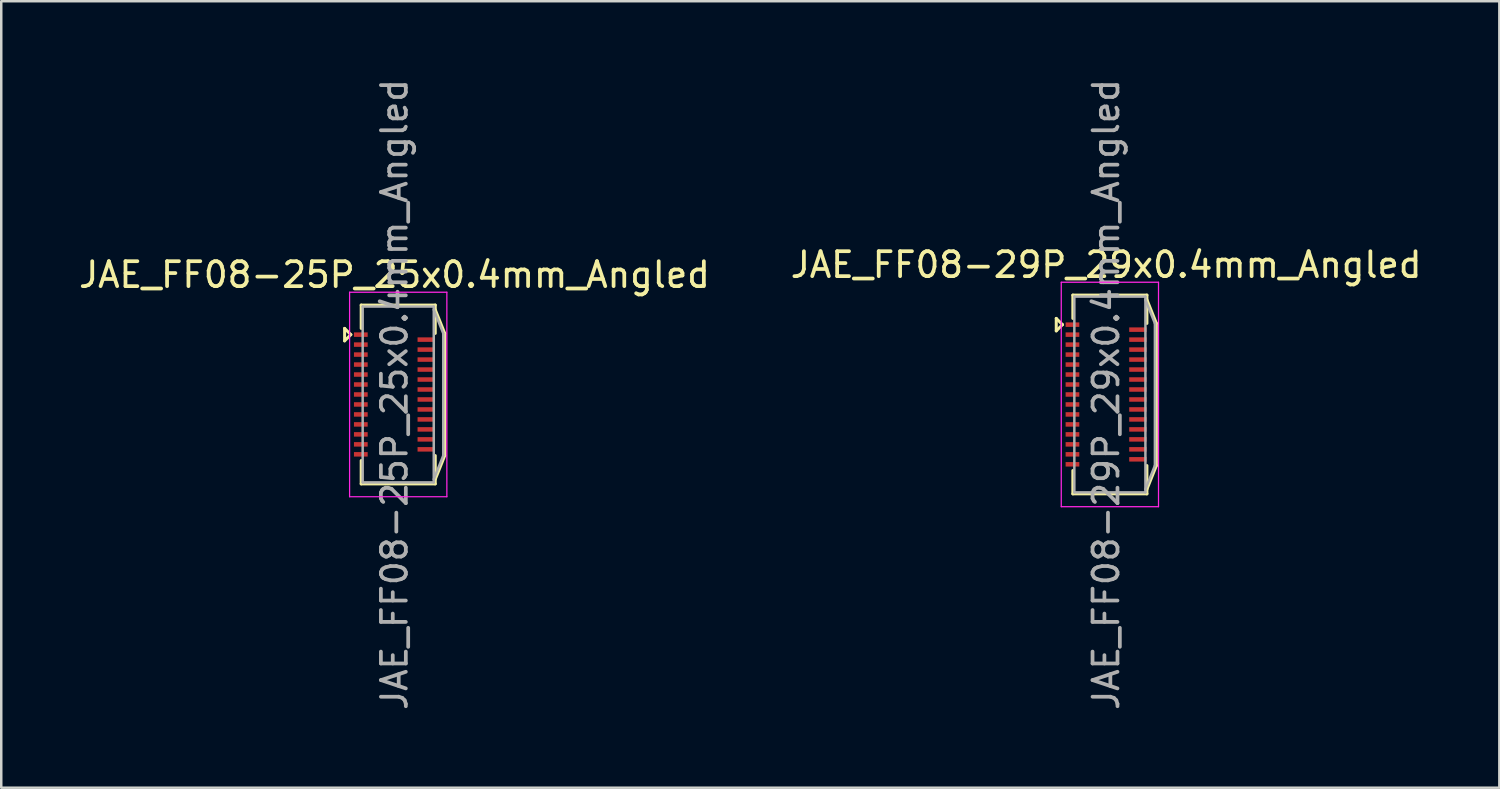
<source format=kicad_pcb>
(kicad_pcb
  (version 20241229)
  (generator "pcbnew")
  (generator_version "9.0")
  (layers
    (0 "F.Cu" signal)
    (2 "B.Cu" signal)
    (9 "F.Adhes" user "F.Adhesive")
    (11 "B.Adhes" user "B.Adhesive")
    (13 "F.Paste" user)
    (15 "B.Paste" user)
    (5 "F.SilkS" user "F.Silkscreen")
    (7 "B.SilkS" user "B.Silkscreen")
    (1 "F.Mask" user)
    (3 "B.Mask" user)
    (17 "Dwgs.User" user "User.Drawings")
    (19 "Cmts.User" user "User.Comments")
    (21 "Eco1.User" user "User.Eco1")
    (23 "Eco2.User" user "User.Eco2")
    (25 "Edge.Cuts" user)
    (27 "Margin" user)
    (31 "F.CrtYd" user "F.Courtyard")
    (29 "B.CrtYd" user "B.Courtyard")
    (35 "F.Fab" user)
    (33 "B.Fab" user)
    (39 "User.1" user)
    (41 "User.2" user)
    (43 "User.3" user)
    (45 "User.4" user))
  (footprint "JAE_FF08-25P_25x0.4mm_Angled"
    (layer "F.Cu")
    (at 12.768 12.768)
    (property "Reference" "JAE_FF08-25P_25x0.4mm_Angled" (at 0 -4.8 0) (layer "F.SilkS") (effects (font (size 1 1) (thickness 0.15))))
    (attr smd)
    (fp_line (start -2 -2.65) (end -1.75 -2.4) (stroke (width 0.12) (type solid)) (layer "F.SilkS"))
    (fp_line (start -2 -2.15) (end -2 -2.65) (stroke (width 0.12) (type solid)) (layer "F.SilkS"))
    (fp_line (start -1.75 -2.4) (end -2 -2.15) (stroke (width 0.12) (type solid)) (layer "F.SilkS"))
    (fp_line (start -1.335 -3.585) (end -1.335 -2.65) (stroke (width 0.12) (type solid)) (layer "F.SilkS"))
    (fp_line (start -1.335 -3.585) (end 1.635 -3.585) (stroke (width 0.12) (type solid)) (layer "F.SilkS"))
    (fp_line (start -1.335 3.585) (end -1.335 2.65) (stroke (width 0.12) (type solid)) (layer "F.SilkS"))
    (fp_line (start 1.635 -3.585) (end 1.635 -2.45) (stroke (width 0.12) (type solid)) (layer "F.SilkS"))
    (fp_line (start 1.635 -3.4) (end 2.015 -2.45) (stroke (width 0.12) (type solid)) (layer "F.SilkS"))
    (fp_line (start 1.635 2.45) (end 1.635 3.585) (stroke (width 0.12) (type solid)) (layer "F.SilkS"))
    (fp_line (start 1.635 3.4) (end 2.015 2.45) (stroke (width 0.12) (type solid)) (layer "F.SilkS"))
    (fp_line (start 1.635 3.585) (end -1.335 3.585) (stroke (width 0.12) (type solid)) (layer "F.SilkS"))
    (fp_line (start 2.015 -2.45) (end 2.015 2.45) (stroke (width 0.12) (type solid)) (layer "F.SilkS"))
    (fp_line (start -1.8 -4.1) (end 2.1 -4.1) (stroke (width 0.05) (type solid)) (layer "F.CrtYd"))
    (fp_line (start -1.8 4.1) (end -1.8 -4.1) (stroke (width 0.05) (type solid)) (layer "F.CrtYd"))
    (fp_line (start 2.1 -4.1) (end 2.1 4.1) (stroke (width 0.05) (type solid)) (layer "F.CrtYd"))
    (fp_line (start 2.1 4.1) (end -1.8 4.1) (stroke (width 0.05) (type solid)) (layer "F.CrtYd"))
    (fp_line (start -1.275 -3.525) (end 1.575 -3.525) (stroke (width 0.1) (type solid)) (layer "F.Fab"))
    (fp_line (start -1.275 3.525) (end -1.275 -3.525) (stroke (width 0.1) (type solid)) (layer "F.Fab"))
    (fp_line (start -1.275 3.525) (end 1.575 3.525) (stroke (width 0.1) (type solid)) (layer "F.Fab"))
    (fp_line (start 1.575 3.525) (end 1.575 -3.525) (stroke (width 0.1) (type solid)) (layer "F.Fab"))
    (fp_line (start 1.955 -2.45) (end 1.575 -3.4) (stroke (width 0.1) (type solid)) (layer "F.Fab"))
    (fp_line (start 1.955 2.45) (end 1.575 3.4) (stroke (width 0.1) (type solid)) (layer "F.Fab"))
    (fp_line (start 1.955 2.45) (end 1.955 -2.45) (stroke (width 0.1) (type solid)) (layer "F.Fab"))
    (fp_text user "${REFERENCE}" (at 0 0 90) (layer "F.Fab") (effects (font (size 1 1) (thickness 0.15))))
    (pad "1" smd rect (at -1.35 -2.4 90) (size 0.18 0.55) (layers "F.Cu" "F.Mask" "F.Paste"))
    (pad "2" smd rect (at 1.275 -2.2 90) (size 0.18 0.7) (layers "F.Cu" "F.Mask" "F.Paste"))
    (pad "3" smd rect (at -1.35 -2 90) (size 0.18 0.55) (layers "F.Cu" "F.Mask" "F.Paste"))
    (pad "4" smd rect (at 1.275 -1.8 90) (size 0.18 0.7) (layers "F.Cu" "F.Mask" "F.Paste"))
    (pad "5" smd rect (at -1.35 -1.6 90) (size 0.18 0.55) (layers "F.Cu" "F.Mask" "F.Paste"))
    (pad "6" smd rect (at 1.275 -1.4 90) (size 0.18 0.7) (layers "F.Cu" "F.Mask" "F.Paste"))
    (pad "7" smd rect (at -1.35 -1.2 90) (size 0.18 0.55) (layers "F.Cu" "F.Mask" "F.Paste"))
    (pad "8" smd rect (at 1.275 -1 90) (size 0.18 0.7) (layers "F.Cu" "F.Mask" "F.Paste"))
    (pad "9" smd rect (at -1.35 -0.8 90) (size 0.18 0.55) (layers "F.Cu" "F.Mask" "F.Paste"))
    (pad "10" smd rect (at 1.275 -0.6 90) (size 0.18 0.7) (layers "F.Cu" "F.Mask" "F.Paste"))
    (pad "11" smd rect (at -1.35 -0.4 90) (size 0.18 0.55) (layers "F.Cu" "F.Mask" "F.Paste"))
    (pad "12" smd rect (at 1.275 -0.2 90) (size 0.18 0.7) (layers "F.Cu" "F.Mask" "F.Paste"))
    (pad "13" smd rect (at -1.35 0 90) (size 0.18 0.55) (layers "F.Cu" "F.Mask" "F.Paste"))
    (pad "14" smd rect (at 1.275 0.2 90) (size 0.18 0.7) (layers "F.Cu" "F.Mask" "F.Paste"))
    (pad "15" smd rect (at -1.35 0.4 90) (size 0.18 0.55) (layers "F.Cu" "F.Mask" "F.Paste"))
    (pad "16" smd rect (at 1.275 0.6 90) (size 0.18 0.7) (layers "F.Cu" "F.Mask" "F.Paste"))
    (pad "17" smd rect (at -1.35 0.8 90) (size 0.18 0.55) (layers "F.Cu" "F.Mask" "F.Paste"))
    (pad "18" smd rect (at 1.275 1 90) (size 0.18 0.7) (layers "F.Cu" "F.Mask" "F.Paste"))
    (pad "19" smd rect (at -1.35 1.2 90) (size 0.18 0.55) (layers "F.Cu" "F.Mask" "F.Paste"))
    (pad "20" smd rect (at 1.275 1.4 90) (size 0.18 0.7) (layers "F.Cu" "F.Mask" "F.Paste"))
    (pad "21" smd rect (at -1.35 1.6 90) (size 0.18 0.55) (layers "F.Cu" "F.Mask" "F.Paste"))
    (pad "22" smd rect (at 1.275 1.8 90) (size 0.18 0.7) (layers "F.Cu" "F.Mask" "F.Paste"))
    (pad "23" smd rect (at -1.35 2 90) (size 0.18 0.55) (layers "F.Cu" "F.Mask" "F.Paste"))
    (pad "24" smd rect (at 1.275 2.2 90) (size 0.18 0.7) (layers "F.Cu" "F.Mask" "F.Paste"))
    (pad "25" smd rect (at -1.35 2.4 90) (size 0.18 0.55) (layers "F.Cu" "F.Mask" "F.Paste")))
  (footprint "JAE_FF08-29P_29x0.4mm_Angled"
    (layer "F.Cu")
    (at 41.304 12.768)
    (property "Reference" "JAE_FF08-29P_29x0.4mm_Angled" (at 0 -5.2 0) (layer "F.SilkS") (effects (font (size 1 1) (thickness 0.15))))
    (attr smd)
    (fp_line (start -2 -3.05) (end -1.75 -2.8) (stroke (width 0.12) (type solid)) (layer "F.SilkS"))
    (fp_line (start -2 -2.55) (end -2 -3.05) (stroke (width 0.12) (type solid)) (layer "F.SilkS"))
    (fp_line (start -1.75 -2.8) (end -2 -2.55) (stroke (width 0.12) (type solid)) (layer "F.SilkS"))
    (fp_line (start -1.335 -3.985) (end -1.335 -3.05) (stroke (width 0.12) (type solid)) (layer "F.SilkS"))
    (fp_line (start -1.335 -3.985) (end 1.635 -3.985) (stroke (width 0.12) (type solid)) (layer "F.SilkS"))
    (fp_line (start -1.335 3.985) (end -1.335 3.05) (stroke (width 0.12) (type solid)) (layer "F.SilkS"))
    (fp_line (start 1.635 -3.985) (end 1.635 -2.85) (stroke (width 0.12) (type solid)) (layer "F.SilkS"))
    (fp_line (start 1.635 -3.8) (end 2.015 -2.85) (stroke (width 0.12) (type solid)) (layer "F.SilkS"))
    (fp_line (start 1.635 2.85) (end 1.635 3.985) (stroke (width 0.12) (type solid)) (layer "F.SilkS"))
    (fp_line (start 1.635 3.8) (end 2.015 2.85) (stroke (width 0.12) (type solid)) (layer "F.SilkS"))
    (fp_line (start 1.635 3.985) (end -1.335 3.985) (stroke (width 0.12) (type solid)) (layer "F.SilkS"))
    (fp_line (start 2.015 -2.85) (end 2.015 2.85) (stroke (width 0.12) (type solid)) (layer "F.SilkS"))
    (fp_line (start -1.8 -4.5) (end 2.1 -4.5) (stroke (width 0.05) (type solid)) (layer "F.CrtYd"))
    (fp_line (start -1.8 4.5) (end -1.8 -4.5) (stroke (width 0.05) (type solid)) (layer "F.CrtYd"))
    (fp_line (start 2.1 -4.5) (end 2.1 4.5) (stroke (width 0.05) (type solid)) (layer "F.CrtYd"))
    (fp_line (start 2.1 4.5) (end -1.8 4.5) (stroke (width 0.05) (type solid)) (layer "F.CrtYd"))
    (fp_line (start -1.275 -3.925) (end 1.575 -3.925) (stroke (width 0.1) (type solid)) (layer "F.Fab"))
    (fp_line (start -1.275 3.925) (end -1.275 -3.925) (stroke (width 0.1) (type solid)) (layer "F.Fab"))
    (fp_line (start -1.275 3.925) (end 1.575 3.925) (stroke (width 0.1) (type solid)) (layer "F.Fab"))
    (fp_line (start 1.575 3.925) (end 1.575 -3.925) (stroke (width 0.1) (type solid)) (layer "F.Fab"))
    (fp_line (start 1.955 -2.85) (end 1.575 -3.8) (stroke (width 0.1) (type solid)) (layer "F.Fab"))
    (fp_line (start 1.955 2.85) (end 1.575 3.8) (stroke (width 0.1) (type solid)) (layer "F.Fab"))
    (fp_line (start 1.955 2.85) (end 1.955 -2.85) (stroke (width 0.1) (type solid)) (layer "F.Fab"))
    (fp_text user "${REFERENCE}" (at 0 0 90) (layer "F.Fab") (effects (font (size 1 1) (thickness 0.15))))
    (pad "1" smd rect (at -1.35 -2.8 90) (size 0.18 0.55) (layers "F.Cu" "F.Mask" "F.Paste"))
    (pad "2" smd rect (at 1.275 -2.6 90) (size 0.18 0.7) (layers "F.Cu" "F.Mask" "F.Paste"))
    (pad "3" smd rect (at -1.35 -2.4 90) (size 0.18 0.55) (layers "F.Cu" "F.Mask" "F.Paste"))
    (pad "4" smd rect (at 1.275 -2.2 90) (size 0.18 0.7) (layers "F.Cu" "F.Mask" "F.Paste"))
    (pad "5" smd rect (at -1.35 -2 90) (size 0.18 0.55) (layers "F.Cu" "F.Mask" "F.Paste"))
    (pad "6" smd rect (at 1.275 -1.8 90) (size 0.18 0.7) (layers "F.Cu" "F.Mask" "F.Paste"))
    (pad "7" smd rect (at -1.35 -1.6 90) (size 0.18 0.55) (layers "F.Cu" "F.Mask" "F.Paste"))
    (pad "8" smd rect (at 1.275 -1.4 90) (size 0.18 0.7) (layers "F.Cu" "F.Mask" "F.Paste"))
    (pad "9" smd rect (at -1.35 -1.2 90) (size 0.18 0.55) (layers "F.Cu" "F.Mask" "F.Paste"))
    (pad "10" smd rect (at 1.275 -1 90) (size 0.18 0.7) (layers "F.Cu" "F.Mask" "F.Paste"))
    (pad "11" smd rect (at -1.35 -0.8 90) (size 0.18 0.55) (layers "F.Cu" "F.Mask" "F.Paste"))
    (pad "12" smd rect (at 1.275 -0.6 90) (size 0.18 0.7) (layers "F.Cu" "F.Mask" "F.Paste"))
    (pad "13" smd rect (at -1.35 -0.4 90) (size 0.18 0.55) (layers "F.Cu" "F.Mask" "F.Paste"))
    (pad "14" smd rect (at 1.275 -0.2 90) (size 0.18 0.7) (layers "F.Cu" "F.Mask" "F.Paste"))
    (pad "15" smd rect (at -1.35 0 90) (size 0.18 0.55) (layers "F.Cu" "F.Mask" "F.Paste"))
    (pad "16" smd rect (at 1.275 0.2 90) (size 0.18 0.7) (layers "F.Cu" "F.Mask" "F.Paste"))
    (pad "17" smd rect (at -1.35 0.4 90) (size 0.18 0.55) (layers "F.Cu" "F.Mask" "F.Paste"))
    (pad "18" smd rect (at 1.275 0.6 90) (size 0.18 0.7) (layers "F.Cu" "F.Mask" "F.Paste"))
    (pad "19" smd rect (at -1.35 0.8 90) (size 0.18 0.55) (layers "F.Cu" "F.Mask" "F.Paste"))
    (pad "20" smd rect (at 1.275 1 90) (size 0.18 0.7) (layers "F.Cu" "F.Mask" "F.Paste"))
    (pad "21" smd rect (at -1.35 1.2 90) (size 0.18 0.55) (layers "F.Cu" "F.Mask" "F.Paste"))
    (pad "22" smd rect (at 1.275 1.4 90) (size 0.18 0.7) (layers "F.Cu" "F.Mask" "F.Paste"))
    (pad "23" smd rect (at -1.35 1.6 90) (size 0.18 0.55) (layers "F.Cu" "F.Mask" "F.Paste"))
    (pad "24" smd rect (at 1.275 1.8 90) (size 0.18 0.7) (layers "F.Cu" "F.Mask" "F.Paste"))
    (pad "25" smd rect (at -1.35 2 90) (size 0.18 0.55) (layers "F.Cu" "F.Mask" "F.Paste"))
    (pad "26" smd rect (at 1.275 2.2 90) (size 0.18 0.7) (layers "F.Cu" "F.Mask" "F.Paste"))
    (pad "27" smd rect (at -1.35 2.4 90) (size 0.18 0.55) (layers "F.Cu" "F.Mask" "F.Paste"))
    (pad "28" smd rect (at 1.275 2.6 90) (size 0.18 0.7) (layers "F.Cu" "F.Mask" "F.Paste"))
    (pad "29" smd rect (at -1.35 2.8 90) (size 0.18 0.55) (layers "F.Cu" "F.Mask" "F.Paste")))
  (gr_rect
    (start -3 -3)
    (end 57.071 28.536)
    (stroke (width 0.1) (type default))
    (fill no)
    (layer "Edge.Cuts")))
</source>
